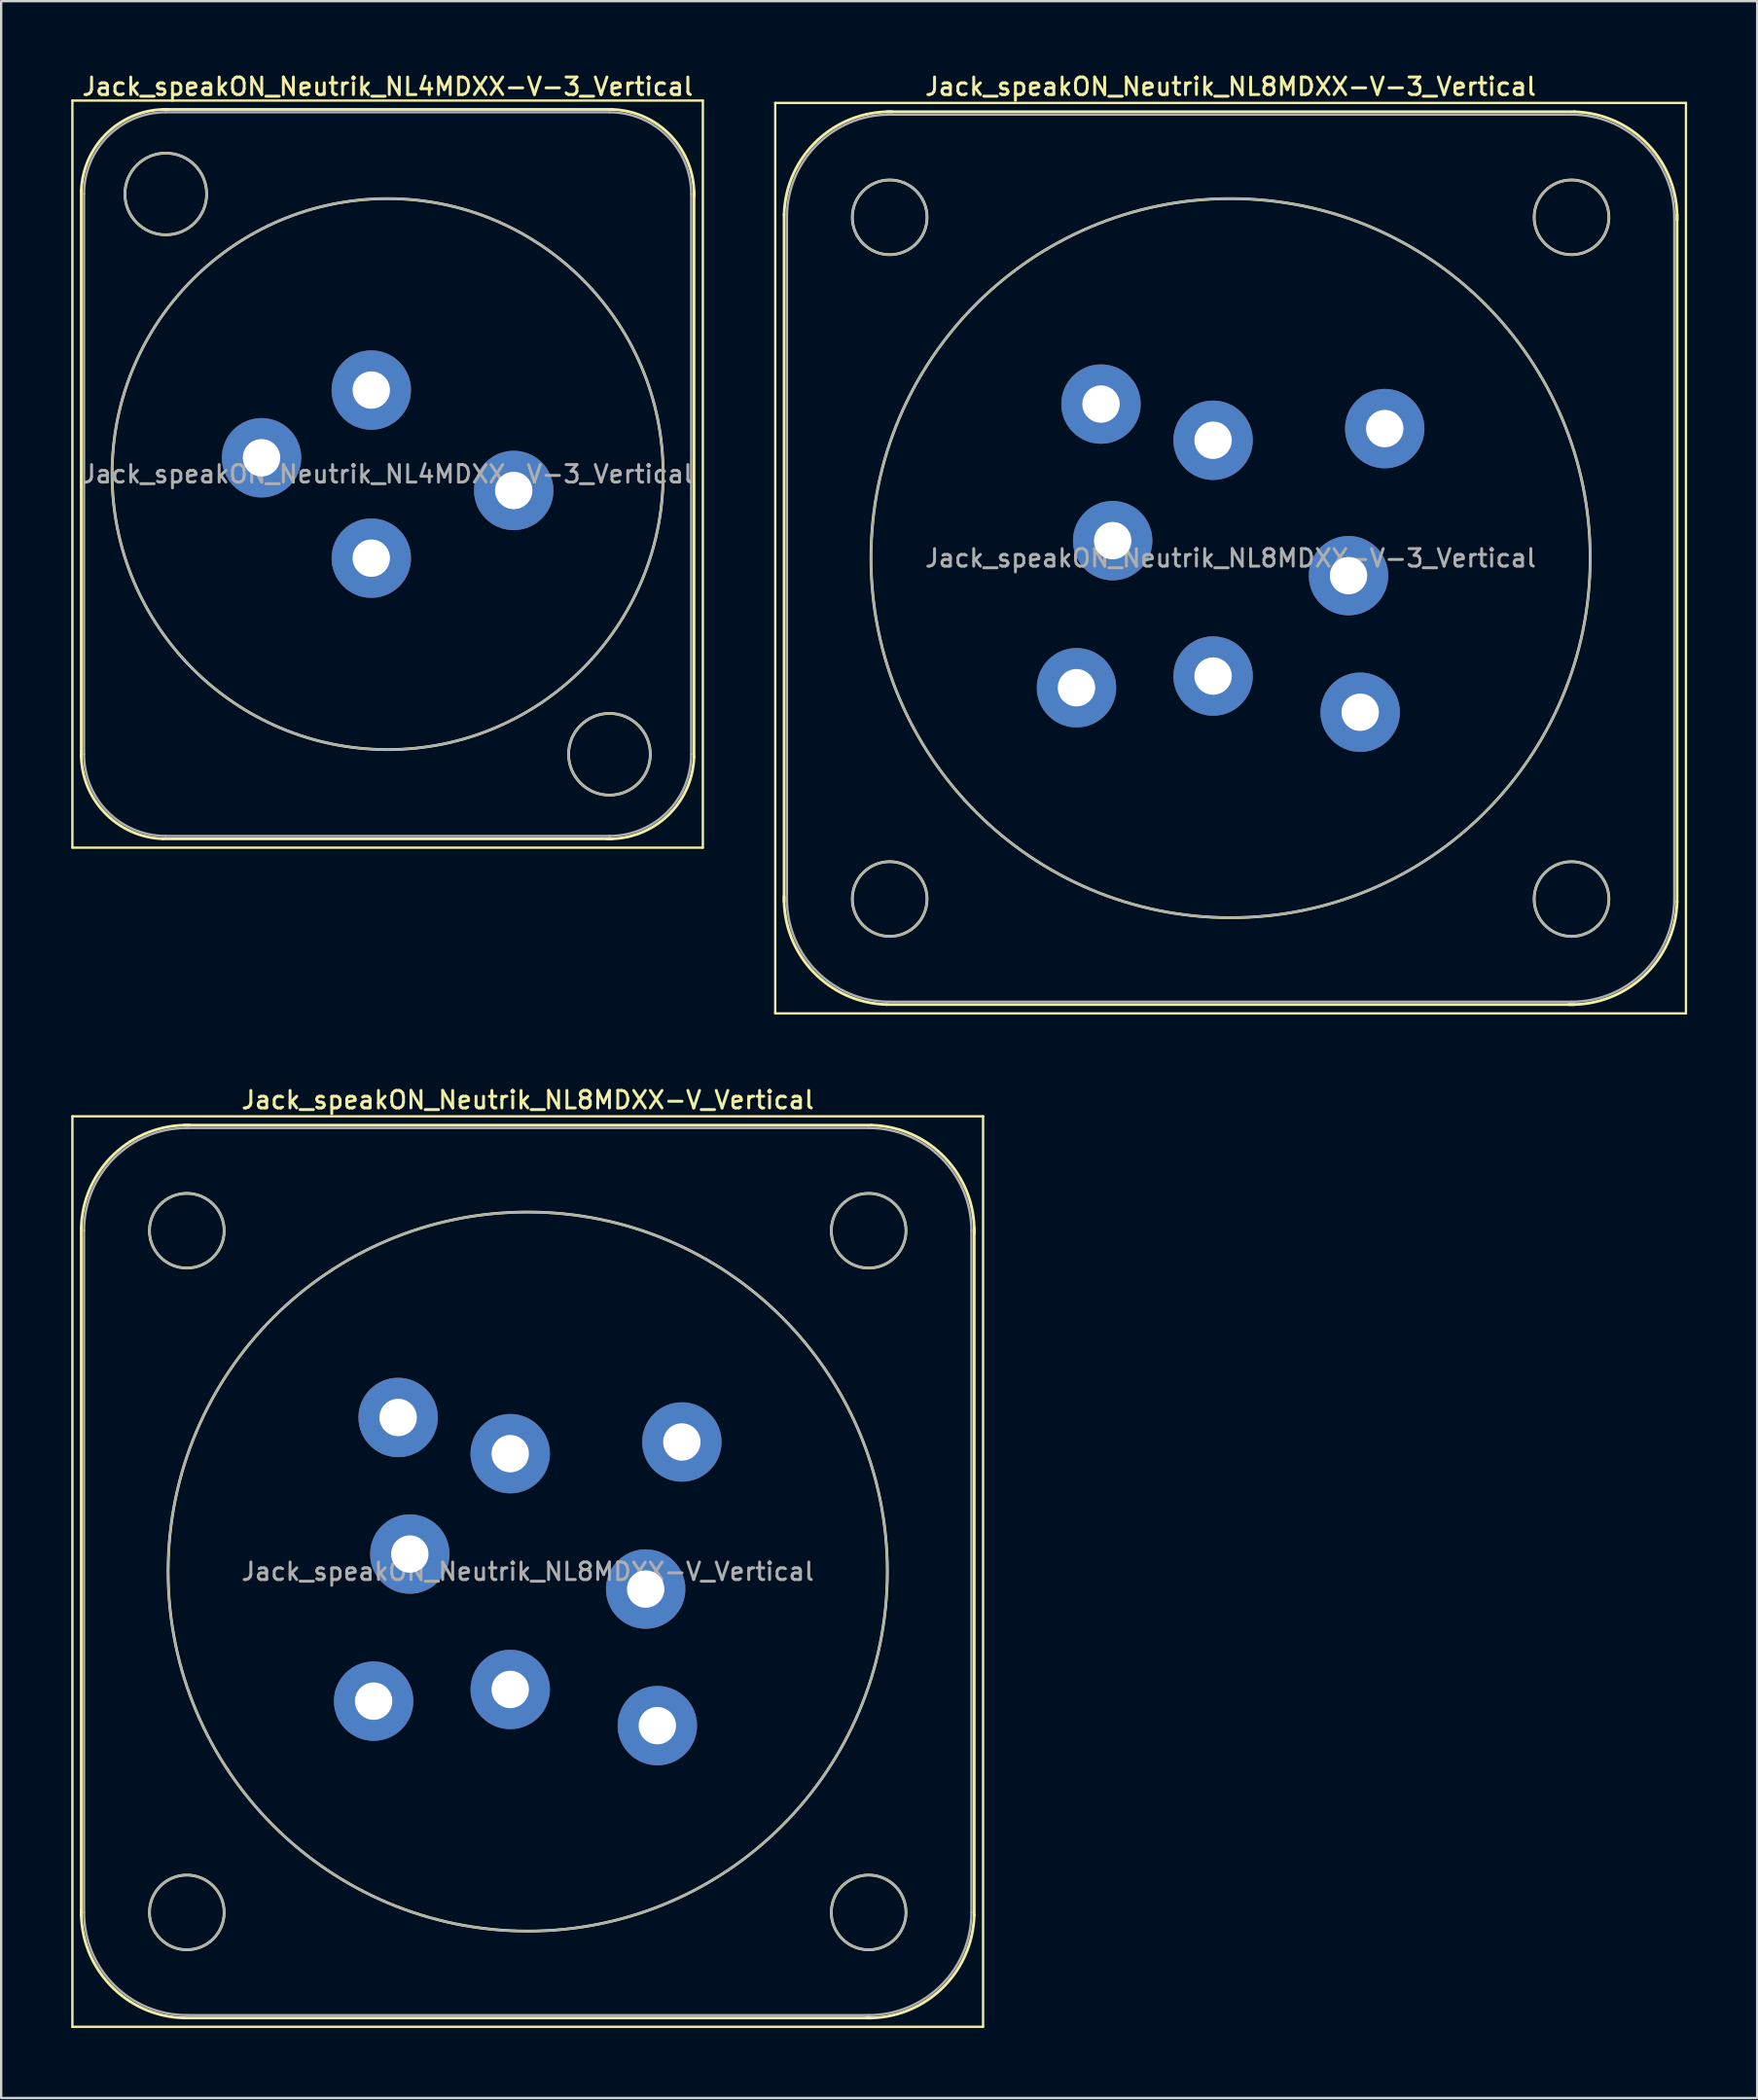
<source format=kicad_pcb>
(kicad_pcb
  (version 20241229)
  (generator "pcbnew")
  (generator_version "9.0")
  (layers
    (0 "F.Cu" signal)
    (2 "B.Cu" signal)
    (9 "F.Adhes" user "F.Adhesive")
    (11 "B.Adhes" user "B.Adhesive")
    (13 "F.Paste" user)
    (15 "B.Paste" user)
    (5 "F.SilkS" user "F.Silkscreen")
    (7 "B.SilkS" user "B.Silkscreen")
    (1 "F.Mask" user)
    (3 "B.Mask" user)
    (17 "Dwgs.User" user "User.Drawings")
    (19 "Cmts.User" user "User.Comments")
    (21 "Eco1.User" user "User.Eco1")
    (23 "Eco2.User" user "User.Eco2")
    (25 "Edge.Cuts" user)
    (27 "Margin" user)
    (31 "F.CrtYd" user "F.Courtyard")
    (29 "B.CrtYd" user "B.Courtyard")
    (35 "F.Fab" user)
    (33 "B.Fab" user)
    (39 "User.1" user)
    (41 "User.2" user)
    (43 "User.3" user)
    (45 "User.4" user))
  (footprint "Jack_speakON_Neutrik_NL4MDXX-V-3_Vertical"
    (layer "F.Cu")
    (at 12.85 13.658)
    (property "Reference" "Jack_speakON_Neutrik_NL4MDXX-V-3_Vertical" (at 0.7 -13 0) (layer "F.SilkS") (effects (font (size 0.75 0.75) (thickness 0.125))))
    (attr through_hole)
    (fp_line (start -12.8 -12.4) (end 14.2 -12.4) (stroke (width 0.1) (type solid)) (layer "F.SilkS"))
    (fp_line (start -12.8 19.6) (end -12.8 -12.4) (stroke (width 0.1) (type solid)) (layer "F.SilkS"))
    (fp_line (start -12.8 19.6) (end 14.2 19.6) (stroke (width 0.1) (type solid)) (layer "F.SilkS"))
    (fp_line (start -12.42 15.72) (end -12.42 -8.52) (stroke (width 0.12) (type solid)) (layer "F.SilkS"))
    (fp_line (start -8.92 -12.02) (end 10.32 -12.02) (stroke (width 0.12) (type solid)) (layer "F.SilkS"))
    (fp_line (start -8.92 19.22) (end 10.32 19.22) (stroke (width 0.12) (type solid)) (layer "F.SilkS"))
    (fp_line (start 13.82 15.72) (end 13.82 -8.52) (stroke (width 0.12) (type solid)) (layer "F.SilkS"))
    (fp_line (start 14.2 19.6) (end 14.2 -12.4) (stroke (width 0.1) (type solid)) (layer "F.SilkS"))
    (fp_arc (start -12.42 -8.52) (mid -11.274874 -11.044579) (end -8.68 -12.02) (stroke (width 0.12) (type solid)) (layer "F.SilkS"))
    (fp_arc (start -8.92 19.22) (mid -11.444579 18.074874) (end -12.42 15.48) (stroke (width 0.12) (type solid)) (layer "F.SilkS"))
    (fp_arc (start 10.32 -12.02) (mid 12.844579 -10.874874) (end 13.82 -8.28) (stroke (width 0.12) (type solid)) (layer "F.SilkS"))
    (fp_arc (start 13.82 15.72) (mid 12.674874 18.244579) (end 10.08 19.22) (stroke (width 0.12) (type solid)) (layer "F.SilkS"))
    (fp_circle (center -8.8 -8.4) (end -7.05 -8.4) (stroke (width 0.12) (type solid)) (fill no) (layer "F.SilkS"))
    (fp_circle (center 0.7 3.6) (end 12.5 3.6) (stroke (width 0.12) (type solid)) (fill no) (layer "F.SilkS"))
    (fp_circle (center 10.2 15.6) (end 11.95 15.6) (stroke (width 0.12) (type solid)) (fill no) (layer "F.SilkS"))
    (fp_line (start -12.3 15.6) (end -12.3 -8.4) (stroke (width 0.1) (type solid)) (layer "F.Fab"))
    (fp_line (start -8.8 -11.9) (end 10.2 -11.9) (stroke (width 0.1) (type solid)) (layer "F.Fab"))
    (fp_line (start -8.8 19.1) (end 10.2 19.1) (stroke (width 0.1) (type solid)) (layer "F.Fab"))
    (fp_line (start 13.7 15.6) (end 13.7 -8.4) (stroke (width 0.1) (type solid)) (layer "F.Fab"))
    (fp_arc (start -12.3 -8.4) (mid -11.274874 -10.874874) (end -8.8 -11.9) (stroke (width 0.1) (type solid)) (layer "F.Fab"))
    (fp_arc (start -8.8 19.1) (mid -11.274874 18.074874) (end -12.3 15.6) (stroke (width 0.1) (type solid)) (layer "F.Fab"))
    (fp_arc (start 10.2 -11.9) (mid 12.674874 -10.874874) (end 13.7 -8.4) (stroke (width 0.1) (type solid)) (layer "F.Fab"))
    (fp_arc (start 13.7 15.6) (mid 12.674874 18.074874) (end 10.2 19.1) (stroke (width 0.1) (type solid)) (layer "F.Fab"))
    (fp_circle (center -8.8 -8.4) (end -7.05 -8.4) (stroke (width 0.1) (type solid)) (fill no) (layer "F.Fab"))
    (fp_circle (center 0.7 3.6) (end 12.5 3.6) (stroke (width 0.1) (type solid)) (fill no) (layer "F.Fab"))
    (fp_circle (center 10.2 15.6) (end 8.45 15.6) (stroke (width 0.1) (type solid)) (fill no) (layer "F.Fab"))
    (fp_text user "${REFERENCE}" (at 0.7 3.6 0) (layer "F.Fab") (effects (font (size 0.75 0.75) (thickness 0.125))))
    (pad "1+" thru_hole circle (at 0 0) (size 3.4 3.4) (drill 1.6) (layers "*.Cu" "*.Mask"))
    (pad "1-" thru_hole circle (at -4.7 2.9) (size 3.4 3.4) (drill 1.6) (layers "*.Cu" "*.Mask"))
    (pad "2+" thru_hole circle (at 0 7.2) (size 3.4 3.4) (drill 1.6) (layers "*.Cu" "*.Mask"))
    (pad "2-" thru_hole circle (at 6.1 4.3) (size 3.4 3.4) (drill 1.6) (layers "*.Cu" "*.Mask")))
  (footprint "Jack_speakON_Neutrik_NL8MDXX-V-3_Vertical"
    (layer "F.Cu")
    (at 48.9 15.808)
    (property "Reference" "Jack_speakON_Neutrik_NL8MDXX-V-3_Vertical" (at 0.75 -15.15 0) (layer "F.SilkS") (effects (font (size 0.75 0.75) (thickness 0.125))))
    (attr through_hole)
    (fp_line (start -18.75 -14.45) (end 20.25 -14.45) (stroke (width 0.1) (type solid)) (layer "F.SilkS"))
    (fp_line (start -18.75 24.55) (end -18.75 -14.45) (stroke (width 0.1) (type solid)) (layer "F.SilkS"))
    (fp_line (start -18.75 24.55) (end 20.25 24.55) (stroke (width 0.1) (type solid)) (layer "F.SilkS"))
    (fp_line (start -18.37 19.77) (end -18.37 -9.67) (stroke (width 0.12) (type solid)) (layer "F.SilkS"))
    (fp_line (start -13.97 -14.07) (end 15.47 -14.07) (stroke (width 0.12) (type solid)) (layer "F.SilkS"))
    (fp_line (start -13.97 24.17) (end 15.47 24.17) (stroke (width 0.12) (type solid)) (layer "F.SilkS"))
    (fp_line (start 19.87 19.77) (end 19.87 -9.67) (stroke (width 0.12) (type solid)) (layer "F.SilkS"))
    (fp_line (start 20.25 24.55) (end 20.25 -14.45) (stroke (width 0.1) (type solid)) (layer "F.SilkS"))
    (fp_arc (start -18.37 -9.67) (mid -16.96127 -12.830975) (end -13.73 -14.07) (stroke (width 0.12) (type solid)) (layer "F.SilkS"))
    (fp_arc (start -13.97 24.17) (mid -17.130975 22.76127) (end -18.37 19.53) (stroke (width 0.12) (type solid)) (layer "F.SilkS"))
    (fp_arc (start 15.47 -14.07) (mid 18.630975 -12.66127) (end 19.87 -9.43) (stroke (width 0.12) (type solid)) (layer "F.SilkS"))
    (fp_arc (start 19.87 19.77) (mid 18.46127 22.930975) (end 15.23 24.17) (stroke (width 0.12) (type solid)) (layer "F.SilkS"))
    (fp_circle (center -13.85 -9.55) (end -12.25 -9.55) (stroke (width 0.12) (type solid)) (fill no) (layer "F.SilkS"))
    (fp_circle (center -13.85 19.65) (end -12.25 19.65) (stroke (width 0.12) (type solid)) (fill no) (layer "F.SilkS"))
    (fp_circle (center 0.75 5.05) (end 16.15 5.05) (stroke (width 0.12) (type solid)) (fill no) (layer "F.SilkS"))
    (fp_circle (center 15.35 -9.55) (end 16.95 -9.55) (stroke (width 0.12) (type solid)) (fill no) (layer "F.SilkS"))
    (fp_circle (center 15.35 19.65) (end 16.95 19.65) (stroke (width 0.12) (type solid)) (fill no) (layer "F.SilkS"))
    (fp_line (start -18.25 19.65) (end -18.25 -9.55) (stroke (width 0.1) (type solid)) (layer "F.Fab"))
    (fp_line (start -13.85 -13.95) (end 15.35 -13.95) (stroke (width 0.1) (type solid)) (layer "F.Fab"))
    (fp_line (start -13.85 24.05) (end 15.35 24.05) (stroke (width 0.1) (type solid)) (layer "F.Fab"))
    (fp_line (start 19.75 19.65) (end 19.75 -9.55) (stroke (width 0.1) (type solid)) (layer "F.Fab"))
    (fp_arc (start -18.25 -9.55) (mid -16.96127 -12.66127) (end -13.85 -13.95) (stroke (width 0.1) (type solid)) (layer "F.Fab"))
    (fp_arc (start -13.85 24.05) (mid -16.96127 22.76127) (end -18.25 19.65) (stroke (width 0.1) (type solid)) (layer "F.Fab"))
    (fp_arc (start 15.35 -13.95) (mid 18.46127 -12.66127) (end 19.75 -9.55) (stroke (width 0.1) (type solid)) (layer "F.Fab"))
    (fp_arc (start 19.75 19.65) (mid 18.46127 22.76127) (end 15.35 24.05) (stroke (width 0.1) (type solid)) (layer "F.Fab"))
    (fp_circle (center -13.85 -9.55) (end -12.25 -9.55) (stroke (width 0.1) (type solid)) (fill no) (layer "F.Fab"))
    (fp_circle (center -13.85 19.65) (end -12.25 19.65) (stroke (width 0.1) (type solid)) (fill no) (layer "F.Fab"))
    (fp_circle (center 0.75 5.05) (end 16.15 5.05) (stroke (width 0.1) (type solid)) (fill no) (layer "F.Fab"))
    (fp_circle (center 15.35 -9.55) (end 13.75 -9.55) (stroke (width 0.1) (type solid)) (fill no) (layer "F.Fab"))
    (fp_circle (center 15.35 19.65) (end 13.75 19.65) (stroke (width 0.1) (type solid)) (fill no) (layer "F.Fab"))
    (fp_text user "${REFERENCE}" (at 0.75 5.05 0) (layer "F.Fab") (effects (font (size 0.75 0.75) (thickness 0.125))))
    (pad "1+" thru_hole circle (at 0 0) (size 3.4 3.4) (drill 1.6) (layers "*.Cu" "*.Mask"))
    (pad "1-" thru_hole circle (at -4.8 -1.55) (size 3.4 3.4) (drill 1.6) (layers "*.Cu" "*.Mask"))
    (pad "2+" thru_hole circle (at -4.3 4.3) (size 3.4 3.4) (drill 1.6) (layers "*.Cu" "*.Mask"))
    (pad "2-" thru_hole circle (at -5.85 10.6) (size 3.4 3.4) (drill 1.6) (layers "*.Cu" "*.Mask"))
    (pad "3+" thru_hole circle (at 0 10.1) (size 3.4 3.4) (drill 1.6) (layers "*.Cu" "*.Mask"))
    (pad "3-" thru_hole circle (at 6.3 11.65) (size 3.4 3.4) (drill 1.6) (layers "*.Cu" "*.Mask"))
    (pad "4+" thru_hole circle (at 5.8 5.8) (size 3.4 3.4) (drill 1.6) (layers "*.Cu" "*.Mask"))
    (pad "4-" thru_hole circle (at 7.35 -0.5) (size 3.4 3.4) (drill 1.6) (layers "*.Cu" "*.Mask")))
  (footprint "Jack_speakON_Neutrik_NL8MDXX-V_Vertical"
    (layer "F.Cu")
    (at 18.8 59.216)
    (property "Reference" "Jack_speakON_Neutrik_NL8MDXX-V_Vertical" (at 0.75 -15.15 0) (layer "F.SilkS") (effects (font (size 0.75 0.75) (thickness 0.125))))
    (attr through_hole)
    (fp_line (start -18.75 -14.45) (end 20.25 -14.45) (stroke (width 0.1) (type solid)) (layer "F.SilkS"))
    (fp_line (start -18.75 24.55) (end -18.75 -14.45) (stroke (width 0.1) (type solid)) (layer "F.SilkS"))
    (fp_line (start -18.75 24.55) (end 20.25 24.55) (stroke (width 0.1) (type solid)) (layer "F.SilkS"))
    (fp_line (start -18.37 19.77) (end -18.37 -9.67) (stroke (width 0.12) (type solid)) (layer "F.SilkS"))
    (fp_line (start -13.97 -14.07) (end 15.47 -14.07) (stroke (width 0.12) (type solid)) (layer "F.SilkS"))
    (fp_line (start -13.97 24.17) (end 15.47 24.17) (stroke (width 0.12) (type solid)) (layer "F.SilkS"))
    (fp_line (start 19.87 19.77) (end 19.87 -9.67) (stroke (width 0.12) (type solid)) (layer "F.SilkS"))
    (fp_line (start 20.25 24.55) (end 20.25 -14.45) (stroke (width 0.1) (type solid)) (layer "F.SilkS"))
    (fp_arc (start -18.37 -9.67) (mid -16.96127 -12.830975) (end -13.73 -14.07) (stroke (width 0.12) (type solid)) (layer "F.SilkS"))
    (fp_arc (start -13.97 24.17) (mid -17.130975 22.76127) (end -18.37 19.53) (stroke (width 0.12) (type solid)) (layer "F.SilkS"))
    (fp_arc (start 15.47 -14.07) (mid 18.630975 -12.66127) (end 19.87 -9.43) (stroke (width 0.12) (type solid)) (layer "F.SilkS"))
    (fp_arc (start 19.87 19.77) (mid 18.46127 22.930975) (end 15.23 24.17) (stroke (width 0.12) (type solid)) (layer "F.SilkS"))
    (fp_circle (center -13.85 -9.55) (end -12.25 -9.55) (stroke (width 0.12) (type solid)) (fill no) (layer "F.SilkS"))
    (fp_circle (center -13.85 19.65) (end -12.25 19.65) (stroke (width 0.12) (type solid)) (fill no) (layer "F.SilkS"))
    (fp_circle (center 0.75 5.05) (end 16.15 5.05) (stroke (width 0.12) (type solid)) (fill no) (layer "F.SilkS"))
    (fp_circle (center 15.35 -9.55) (end 16.95 -9.55) (stroke (width 0.12) (type solid)) (fill no) (layer "F.SilkS"))
    (fp_circle (center 15.35 19.65) (end 16.95 19.65) (stroke (width 0.12) (type solid)) (fill no) (layer "F.SilkS"))
    (fp_line (start -18.25 19.65) (end -18.25 -9.55) (stroke (width 0.1) (type solid)) (layer "F.Fab"))
    (fp_line (start -13.85 -13.95) (end 15.35 -13.95) (stroke (width 0.1) (type solid)) (layer "F.Fab"))
    (fp_line (start -13.85 24.05) (end 15.35 24.05) (stroke (width 0.1) (type solid)) (layer "F.Fab"))
    (fp_line (start 19.75 19.65) (end 19.75 -9.55) (stroke (width 0.1) (type solid)) (layer "F.Fab"))
    (fp_arc (start -18.25 -9.55) (mid -16.96127 -12.66127) (end -13.85 -13.95) (stroke (width 0.1) (type solid)) (layer "F.Fab"))
    (fp_arc (start -13.85 24.05) (mid -16.96127 22.76127) (end -18.25 19.65) (stroke (width 0.1) (type solid)) (layer "F.Fab"))
    (fp_arc (start 15.35 -13.95) (mid 18.46127 -12.66127) (end 19.75 -9.55) (stroke (width 0.1) (type solid)) (layer "F.Fab"))
    (fp_arc (start 19.75 19.65) (mid 18.46127 22.76127) (end 15.35 24.05) (stroke (width 0.1) (type solid)) (layer "F.Fab"))
    (fp_circle (center -13.85 -9.55) (end -12.25 -9.55) (stroke (width 0.1) (type solid)) (fill no) (layer "F.Fab"))
    (fp_circle (center -13.85 19.65) (end -12.25 19.65) (stroke (width 0.1) (type solid)) (fill no) (layer "F.Fab"))
    (fp_circle (center 0.75 5.05) (end 16.15 5.05) (stroke (width 0.1) (type solid)) (fill no) (layer "F.Fab"))
    (fp_circle (center 15.35 -9.55) (end 13.75 -9.55) (stroke (width 0.1) (type solid)) (fill no) (layer "F.Fab"))
    (fp_circle (center 15.35 19.65) (end 13.75 19.65) (stroke (width 0.1) (type solid)) (fill no) (layer "F.Fab"))
    (fp_text user "${REFERENCE}" (at 0.75 5.05 0) (layer "F.Fab") (effects (font (size 0.75 0.75) (thickness 0.125))))
    (pad "1+" thru_hole circle (at 0 0) (size 3.4 3.4) (drill 1.6) (layers "*.Cu" "*.Mask"))
    (pad "1-" thru_hole circle (at -4.8 -1.55) (size 3.4 3.4) (drill 1.6) (layers "*.Cu" "*.Mask"))
    (pad "2+" thru_hole circle (at -4.3 4.3) (size 3.4 3.4) (drill 1.6) (layers "*.Cu" "*.Mask"))
    (pad "2-" thru_hole circle (at -5.85 10.6) (size 3.4 3.4) (drill 1.6) (layers "*.Cu" "*.Mask"))
    (pad "3+" thru_hole circle (at 0 10.1) (size 3.4 3.4) (drill 1.6) (layers "*.Cu" "*.Mask"))
    (pad "3-" thru_hole circle (at 6.3 11.65) (size 3.4 3.4) (drill 1.6) (layers "*.Cu" "*.Mask"))
    (pad "4+" thru_hole circle (at 5.8 5.8) (size 3.4 3.4) (drill 1.6) (layers "*.Cu" "*.Mask"))
    (pad "4-" thru_hole circle (at 7.35 -0.5) (size 3.4 3.4) (drill 1.6) (layers "*.Cu" "*.Mask")))
  (gr_rect
    (start -3 -3)
    (end 72.2 86.816)
    (stroke (width 0.1) (type default))
    (fill no)
    (layer "Edge.Cuts")))
</source>
